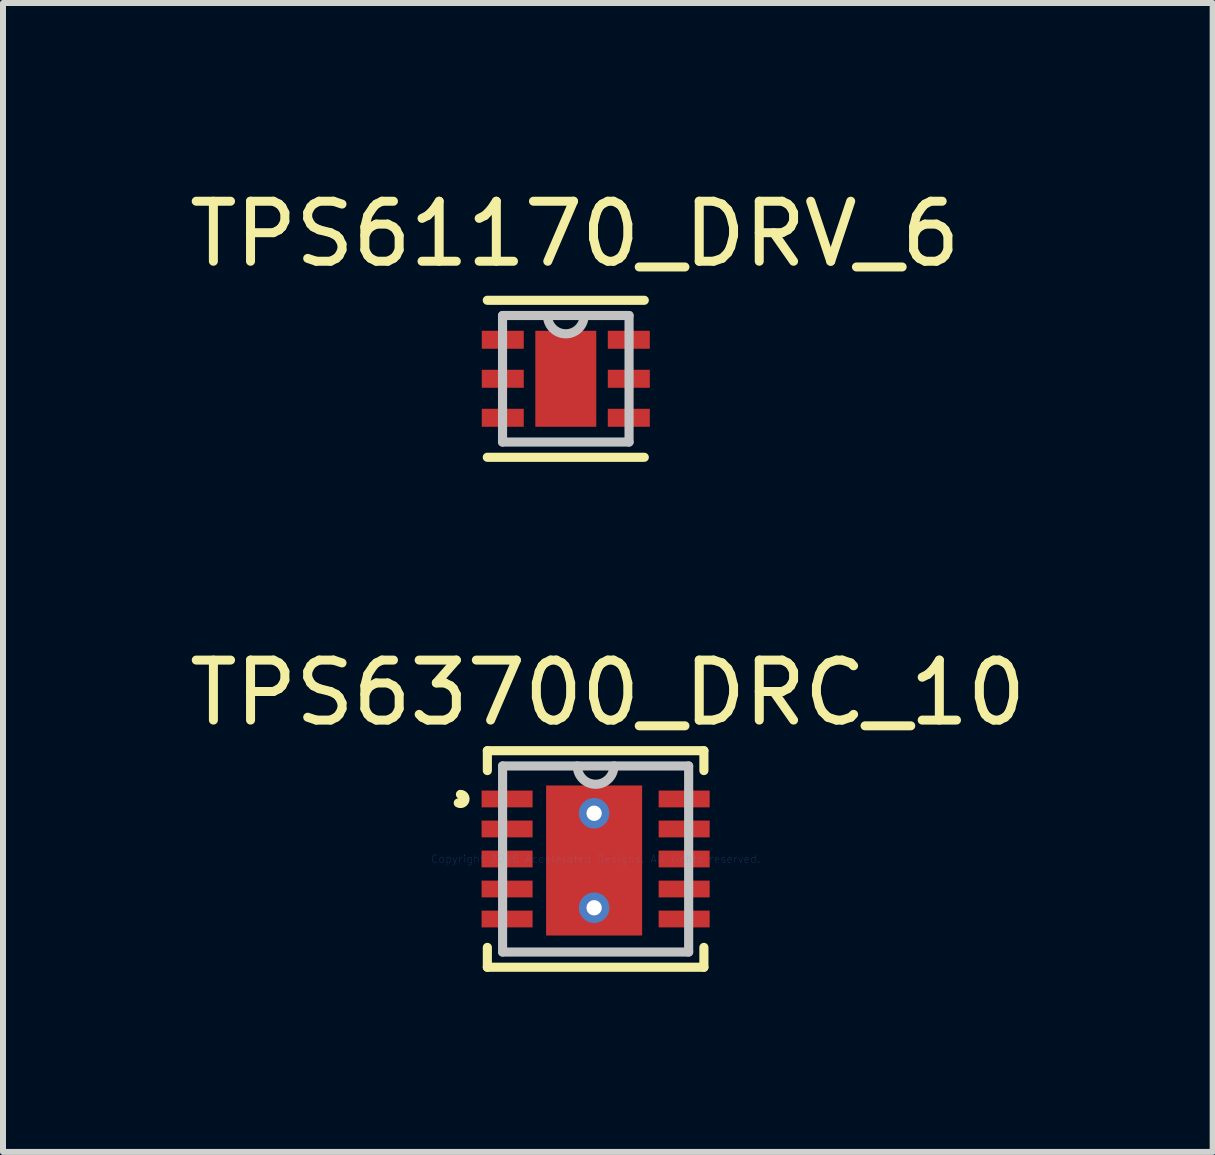
<source format=kicad_pcb>
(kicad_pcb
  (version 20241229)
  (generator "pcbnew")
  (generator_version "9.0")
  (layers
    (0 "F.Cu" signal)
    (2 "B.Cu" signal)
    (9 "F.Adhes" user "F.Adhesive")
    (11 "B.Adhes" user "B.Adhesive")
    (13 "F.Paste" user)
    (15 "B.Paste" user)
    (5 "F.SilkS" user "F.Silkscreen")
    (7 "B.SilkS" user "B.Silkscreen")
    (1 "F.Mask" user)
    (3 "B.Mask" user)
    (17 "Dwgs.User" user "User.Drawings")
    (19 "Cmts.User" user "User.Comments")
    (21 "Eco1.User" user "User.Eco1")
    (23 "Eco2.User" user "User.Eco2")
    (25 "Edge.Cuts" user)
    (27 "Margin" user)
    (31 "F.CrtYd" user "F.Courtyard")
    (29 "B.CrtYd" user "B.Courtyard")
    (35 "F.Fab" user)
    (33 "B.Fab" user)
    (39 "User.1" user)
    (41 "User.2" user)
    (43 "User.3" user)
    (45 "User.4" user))
  (footprint "TPS63700_DRC_10"
    (layer "F.Cu")
    (at 6.874 11.262)
    (property "Reference" "TPS63700_DRC_10" (at 0.203 -2.769 0) (layer "F.SilkS") (effects (font (size 1 1) (thickness 0.15))))
    (attr through_hole)
    (fp_line (start -1.804 -1.804) (end -1.804 -1.473) (stroke (width 0.152) (type solid)) (layer "F.SilkS"))
    (fp_line (start -1.804 1.473) (end -1.804 1.804) (stroke (width 0.152) (type solid)) (layer "F.SilkS"))
    (fp_line (start -1.804 1.804) (end 1.804 1.804) (stroke (width 0.152) (type solid)) (layer "F.SilkS"))
    (fp_line (start 1.804 -1.804) (end -1.804 -1.804) (stroke (width 0.152) (type solid)) (layer "F.SilkS"))
    (fp_line (start 1.804 -1.473) (end 1.804 -1.804) (stroke (width 0.152) (type solid)) (layer "F.SilkS"))
    (fp_line (start 1.804 1.804) (end 1.804 1.473) (stroke (width 0.152) (type solid)) (layer "F.SilkS"))
    (fp_arc (start -2.2516 -1.0762) (mid -2.177771 -0.981141) (end -2.288144 -0.933135) (stroke (width 0.1524) (type solid)) (layer "F.SilkS"))
    (fp_line (start -1.55 -1.55) (end -1.55 1.55) (stroke (width 0.152) (type solid)) (layer "Dwgs.User"))
    (fp_line (start -1.55 1.55) (end 1.55 1.55) (stroke (width 0.152) (type solid)) (layer "Dwgs.User"))
    (fp_line (start 1.55 -1.55) (end -1.55 -1.55) (stroke (width 0.152) (type solid)) (layer "Dwgs.User"))
    (fp_line (start 1.55 1.55) (end 1.55 -1.55) (stroke (width 0.152) (type solid)) (layer "Dwgs.User"))
    (fp_arc (start 0.3048 -1.549999) (mid 0 -1.245199) (end -0.3048 -1.549999) (stroke (width 0.1524) (type solid)) (layer "Dwgs.User"))
    (fp_text user "Copyright 2016 Accelerated Designs. All rights reserved." (at 0 0 0) (layer "Cmts.User") (effects (font (size 0.127 0.127) (thickness 0.002))))
    (pad "" smd circle (at -1.475 -1) (size 0.025 0.025) (layers "F.Paste"))
    (pad "" smd circle (at -1.475 -0.5) (size 0.025 0.025) (layers "F.Paste"))
    (pad "" smd circle (at -1.475 0) (size 0.025 0.025) (layers "F.Paste"))
    (pad "" smd circle (at -1.475 0.5) (size 0.025 0.025) (layers "F.Paste"))
    (pad "" smd circle (at -1.475 1) (size 0.025 0.025) (layers "F.Paste"))
    (pad "" smd circle (at 1.475 -1) (size 0.025 0.025) (layers "F.Paste"))
    (pad "" smd circle (at 1.475 -0.5) (size 0.025 0.025) (layers "F.Paste"))
    (pad "" smd circle (at 1.475 0) (size 0.025 0.025) (layers "F.Paste"))
    (pad "" smd circle (at 1.475 0.5) (size 0.025 0.025) (layers "F.Paste"))
    (pad "" smd circle (at 1.475 1) (size 0.025 0.025) (layers "F.Paste"))
    (pad "1" smd rect (at -1.475 -1) (size 0.85 0.28) (layers "F.Cu" "F.Mask" "F.Paste"))
    (pad "2" smd rect (at -1.475 -0.5) (size 0.85 0.28) (layers "F.Cu" "F.Mask" "F.Paste"))
    (pad "3" smd rect (at -1.475 0) (size 0.85 0.28) (layers "F.Cu" "F.Mask" "F.Paste"))
    (pad "4" smd rect (at -1.475 0.5) (size 0.85 0.28) (layers "F.Cu" "F.Mask" "F.Paste"))
    (pad "5" smd rect (at -1.475 1) (size 0.85 0.28) (layers "F.Cu" "F.Mask" "F.Paste"))
    (pad "6" smd rect (at 1.475 1) (size 0.85 0.28) (layers "F.Cu" "F.Mask" "F.Paste"))
    (pad "7" smd rect (at 1.475 0.5) (size 0.85 0.28) (layers "F.Cu" "F.Mask" "F.Paste"))
    (pad "8" smd rect (at 1.475 0) (size 0.85 0.28) (layers "F.Cu" "F.Mask" "F.Paste"))
    (pad "9" smd rect (at 1.475 -0.5) (size 0.85 0.28) (layers "F.Cu" "F.Mask" "F.Paste"))
    (pad "10" smd rect (at 1.475 -1) (size 0.85 0.28) (layers "F.Cu" "F.Mask" "F.Paste"))
    (pad "11" thru_hole circle (at -0.025 -0.762) (size 0.508 0.508) (drill 0.254) (layers "*.Cu"))
    (pad "11" smd rect (at -0.025 0.025) (size 1.6 2.5) (layers "F.Cu" "F.Mask" "F.Paste"))
    (pad "11" thru_hole circle (at -0.025 0.813) (size 0.508 0.508) (drill 0.254) (layers "*.Cu")))
  (footprint "TPS61170_DRV_6"
    (layer "F.Cu")
    (at 6.377 3.261)
    (property "Reference" "TPS61170_DRV_6" (at 0.152 -2.413 0) (layer "F.SilkS") (effects (font (size 1 1) (thickness 0.15))))
    (attr through_hole)
    (fp_line (start -1.308 1.308) (end 1.308 1.308) (stroke (width 0.152) (type solid)) (layer "F.SilkS"))
    (fp_line (start 1.308 -1.308) (end -1.308 -1.308) (stroke (width 0.152) (type solid)) (layer "F.SilkS"))
    (fp_line (start -1.054 -1.054) (end -1.054 1.054) (stroke (width 0.152) (type solid)) (layer "Dwgs.User"))
    (fp_line (start -1.054 1.054) (end 1.054 1.054) (stroke (width 0.152) (type solid)) (layer "Dwgs.User"))
    (fp_line (start 1.054 -1.054) (end -1.054 -1.054) (stroke (width 0.152) (type solid)) (layer "Dwgs.User"))
    (fp_line (start 1.054 1.054) (end 1.054 -1.054) (stroke (width 0.152) (type solid)) (layer "Dwgs.User"))
    (fp_arc (start 0.3048 -1.0541) (mid 0 -0.7493) (end -0.3048 -1.0541) (stroke (width 0.1524) (type solid)) (layer "Dwgs.User"))
    (pad "" smd rect (at 0 0) (size 0.025 0.025) (layers "F.Mask"))
    (pad "" smd rect (at 0 0) (size 0.025 0.025) (layers "F.Paste"))
    (pad "1" smd rect (at -1.05 -0.65) (size 0.7 0.3) (layers "F.Cu" "F.Mask" "F.Paste"))
    (pad "2" smd rect (at -1.05 0) (size 0.7 0.3) (layers "F.Cu" "F.Mask" "F.Paste"))
    (pad "3" smd rect (at -1.05 0.65) (size 0.7 0.3) (layers "F.Cu" "F.Mask" "F.Paste"))
    (pad "3" smd rect (at 0 0) (size 1.016 1.6) (layers "F.Cu" "F.Mask" "F.Paste"))
    (pad "4" smd rect (at 1.05 0.65) (size 0.7 0.3) (layers "F.Cu" "F.Mask" "F.Paste"))
    (pad "5" smd rect (at 1.05 0) (size 0.7 0.3) (layers "F.Cu" "F.Mask" "F.Paste"))
    (pad "6" smd rect (at 1.05 -0.65) (size 0.7 0.3) (layers "F.Cu" "F.Mask" "F.Paste")))
  (gr_rect
    (start -3 -3)
    (end 17.155 16.143)
    (stroke (width 0.1) (type default))
    (fill no)
    (layer "Edge.Cuts")))
</source>
